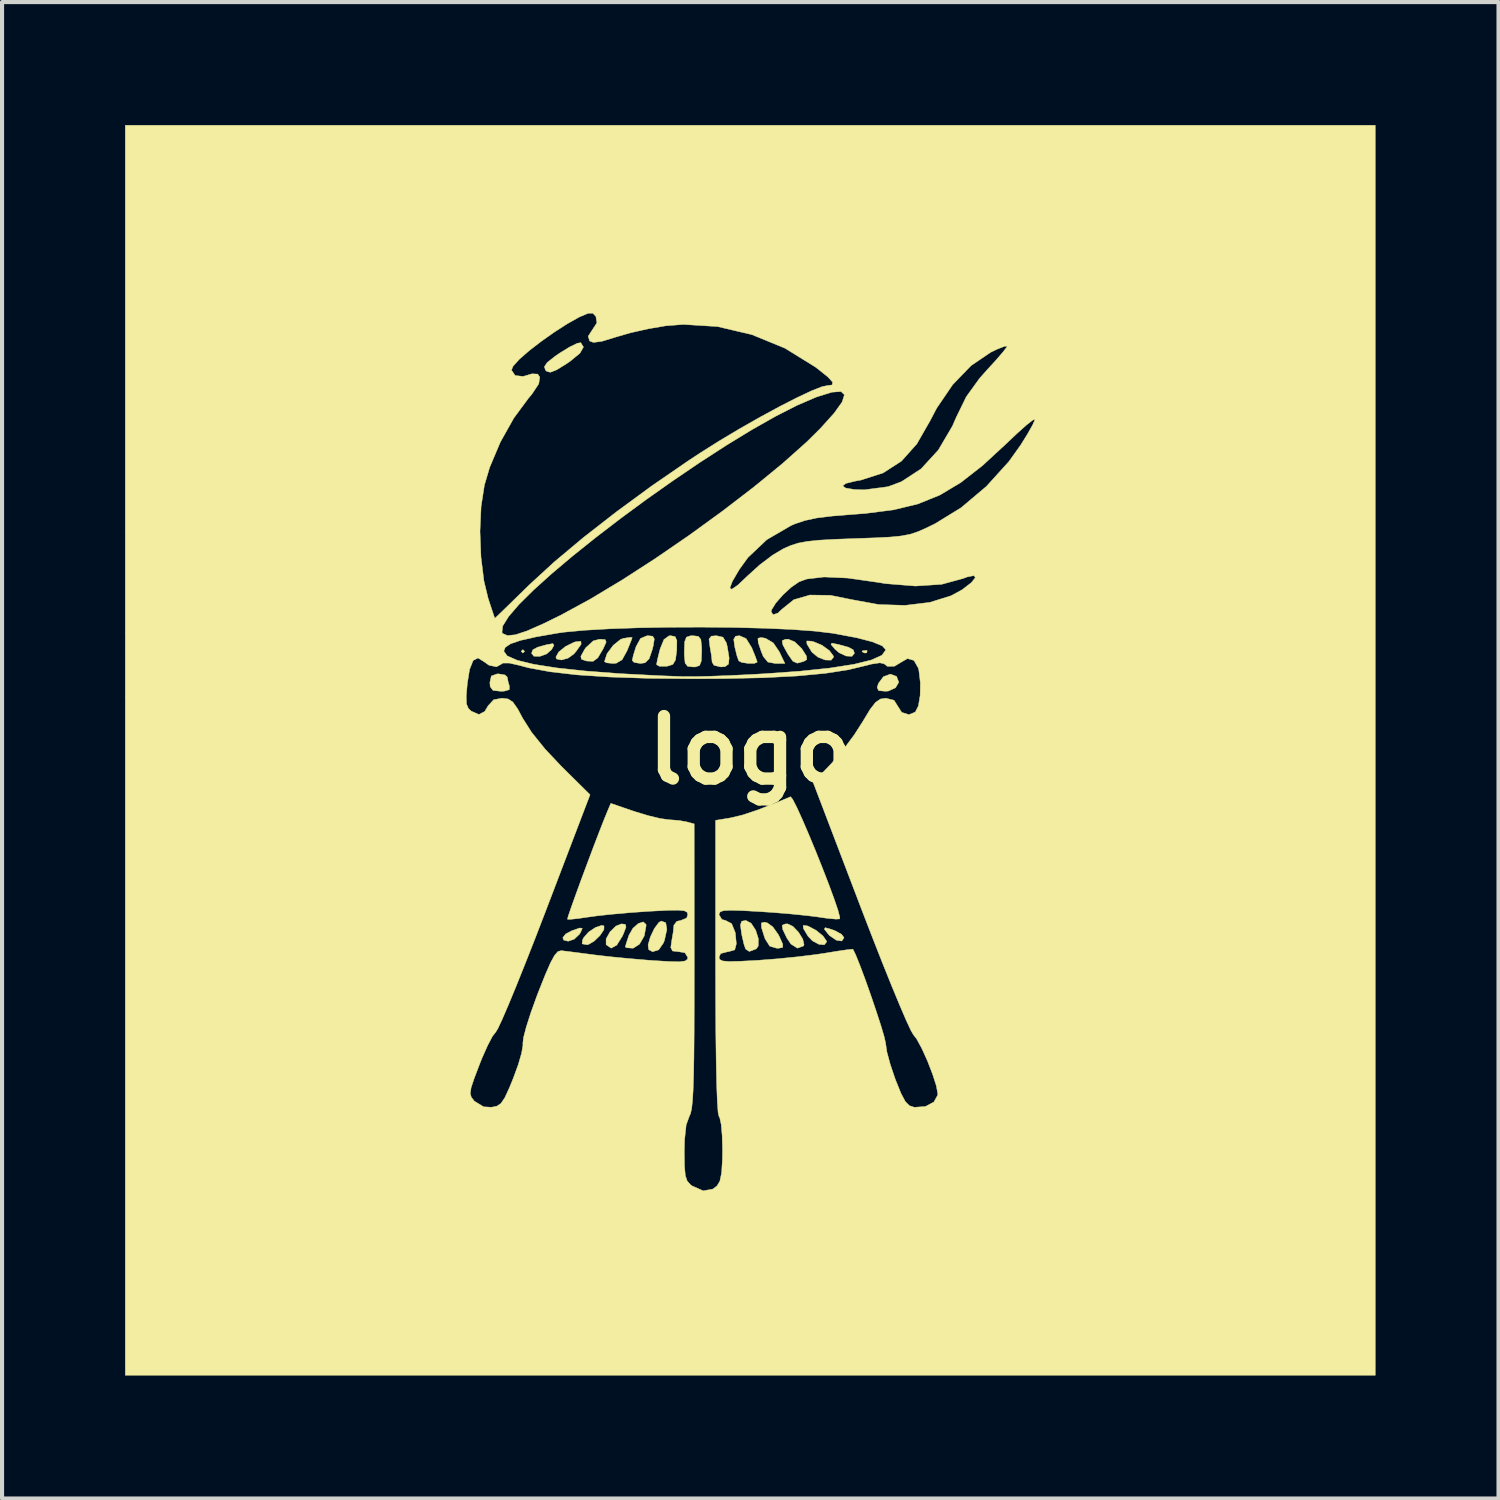
<source format=kicad_pcb>
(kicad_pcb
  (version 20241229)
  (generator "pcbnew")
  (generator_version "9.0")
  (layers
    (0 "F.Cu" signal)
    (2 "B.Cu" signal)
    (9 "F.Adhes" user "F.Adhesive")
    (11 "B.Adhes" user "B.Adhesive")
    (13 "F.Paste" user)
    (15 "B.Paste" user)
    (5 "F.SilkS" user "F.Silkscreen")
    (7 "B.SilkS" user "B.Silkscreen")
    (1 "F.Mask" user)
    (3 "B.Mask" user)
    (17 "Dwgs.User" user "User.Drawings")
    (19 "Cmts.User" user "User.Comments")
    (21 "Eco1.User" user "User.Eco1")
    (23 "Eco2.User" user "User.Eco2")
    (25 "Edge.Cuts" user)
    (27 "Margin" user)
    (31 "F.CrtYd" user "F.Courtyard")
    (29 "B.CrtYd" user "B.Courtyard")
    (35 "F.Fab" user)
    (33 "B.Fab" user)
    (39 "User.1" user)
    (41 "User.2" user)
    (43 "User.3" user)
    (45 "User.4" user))
  (footprint "logo"
    (layer "F.Cu")
    (at 15.245 15.245)
    (property "Reference" "logo" (at 0 0 0) (layer "F.SilkS") (effects (font (size 1.524 1.524) (thickness 0.3))))
    (attr through_hole)
    (fp_poly (pts (xy -5.503 -2.413) (xy -5.546 -2.371) (xy -5.588 -2.413) (xy -5.546 -2.455) (xy -5.503 -2.413)) (stroke (width 0.01) (type solid)) (fill yes) (layer "F.SilkS"))
    (fp_poly (pts (xy 2.85 -2.427) (xy 2.839 -2.377) (xy 2.794 -2.371) (xy 2.724 -2.402) (xy 2.738 -2.427) (xy 2.838 -2.437) (xy 2.85 -2.427)) (stroke (width 0.01) (type solid)) (fill yes) (layer "F.SilkS"))
    (fp_poly (pts (xy -4.788 -2.559) (xy -4.844 -2.457) (xy -4.967 -2.349) (xy -5.132 -2.29) (xy -5.276 -2.293) (xy -5.334 -2.366) (xy -5.304 -2.45) (xy -5.185 -2.514) (xy -4.972 -2.573) (xy -4.813 -2.602) (xy -4.788 -2.559)) (stroke (width 0.01) (type solid)) (fill yes) (layer "F.SilkS"))
    (fp_poly (pts (xy -4.096 4.341) (xy -4.138 4.439) (xy -4.168 4.487) (xy -4.293 4.605) (xy -4.441 4.656) (xy -4.55 4.628) (xy -4.572 4.57) (xy -4.502 4.479) (xy -4.355 4.401) (xy -4.16 4.333) (xy -4.096 4.341)) (stroke (width 0.01) (type solid)) (fill yes) (layer "F.SilkS"))
    (fp_poly (pts (xy 1.984 4.369) (xy 2.069 4.401) (xy 2.228 4.489) (xy 2.286 4.57) (xy 2.231 4.651) (xy 2.098 4.631) (xy 1.937 4.521) (xy 1.905 4.487) (xy 1.805 4.362) (xy 1.827 4.325) (xy 1.984 4.369)) (stroke (width 0.01) (type solid)) (fill yes) (layer "F.SilkS"))
    (fp_poly (pts (xy 3.568 -1.8) (xy 3.62 -1.659) (xy 3.543 -1.526) (xy 3.371 -1.446) (xy 3.296 -1.439) (xy 3.129 -1.455) (xy 3.094 -1.53) (xy 3.124 -1.63) (xy 3.246 -1.795) (xy 3.418 -1.858) (xy 3.568 -1.8)) (stroke (width 0.01) (type solid)) (fill yes) (layer "F.SilkS"))
    (fp_poly (pts (xy 0.369 -2.732) (xy 0.561 -2.618) (xy 0.706 -2.405) (xy 0.844 -2.117) (xy 0.608 -2.117) (xy 0.43 -2.151) (xy 0.318 -2.285) (xy 0.271 -2.398) (xy 0.194 -2.625) (xy 0.186 -2.73) (xy 0.259 -2.75) (xy 0.369 -2.732)) (stroke (width 0.01) (type solid)) (fill yes) (layer "F.SilkS"))
    (fp_poly (pts (xy -4.125 -2.586) (xy -4.242 -2.42) (xy -4.302 -2.349) (xy -4.443 -2.247) (xy -4.603 -2.202) (xy -4.72 -2.225) (xy -4.741 -2.273) (xy -4.672 -2.397) (xy -4.504 -2.533) (xy -4.299 -2.634) (xy -4.254 -2.647) (xy -4.13 -2.657) (xy -4.125 -2.586)) (stroke (width 0.01) (type solid)) (fill yes) (layer "F.SilkS"))
    (fp_poly (pts (xy -3.566 4.283) (xy -3.57 4.376) (xy -3.665 4.516) (xy -3.806 4.653) (xy -3.946 4.735) (xy -3.984 4.741) (xy -4.101 4.72) (xy -4.09 4.624) (xy -4.061 4.567) (xy -3.943 4.432) (xy -3.776 4.321) (xy -3.623 4.269) (xy -3.566 4.283)) (stroke (width 0.01) (type solid)) (fill yes) (layer "F.SilkS"))
    (fp_poly (pts (xy -3.045 4.245) (xy -3.03 4.311) (xy -3.093 4.474) (xy -3.118 4.53) (xy -3.256 4.751) (xy -3.393 4.825) (xy -3.513 4.742) (xy -3.516 4.738) (xy -3.516 4.599) (xy -3.421 4.428) (xy -3.277 4.286) (xy -3.141 4.233) (xy -3.045 4.245)) (stroke (width 0.01) (type solid)) (fill yes) (layer "F.SilkS"))
    (fp_poly (pts (xy -2.061 4.204) (xy -2.034 4.368) (xy -2.092 4.63) (xy -2.115 4.693) (xy -2.233 4.865) (xy -2.382 4.912) (xy -2.477 4.861) (xy -2.492 4.744) (xy -2.437 4.552) (xy -2.341 4.349) (xy -2.232 4.2) (xy -2.172 4.164) (xy -2.061 4.204)) (stroke (width 0.01) (type solid)) (fill yes) (layer "F.SilkS"))
    (fp_poly (pts (xy 1.04 4.294) (xy 1.176 4.436) (xy 1.28 4.604) (xy 1.311 4.74) (xy 1.296 4.772) (xy 1.148 4.825) (xy 0.991 4.725) (xy 0.891 4.576) (xy 0.791 4.367) (xy 0.777 4.267) (xy 0.851 4.235) (xy 0.913 4.233) (xy 1.04 4.294)) (stroke (width 0.01) (type solid)) (fill yes) (layer "F.SilkS"))
    (fp_poly (pts (xy 1.389 4.281) (xy 1.418 4.291) (xy 1.606 4.391) (xy 1.773 4.528) (xy 1.86 4.653) (xy 1.863 4.67) (xy 1.805 4.743) (xy 1.67 4.73) (xy 1.514 4.645) (xy 1.407 4.533) (xy 1.295 4.345) (xy 1.289 4.269) (xy 1.389 4.281)) (stroke (width 0.01) (type solid)) (fill yes) (layer "F.SilkS"))
    (fp_poly (pts (xy 2.157 -2.578) (xy 2.161 -2.577) (xy 2.399 -2.511) (xy 2.512 -2.448) (xy 2.54 -2.366) (xy 2.54 -2.366) (xy 2.479 -2.291) (xy 2.335 -2.299) (xy 2.165 -2.379) (xy 2.069 -2.462) (xy 1.967 -2.582) (xy 1.99 -2.613) (xy 2.157 -2.578)) (stroke (width 0.01) (type solid)) (fill yes) (layer "F.SilkS"))
    (fp_poly (pts (xy -5.979 -1.836) (xy -5.927 -1.785) (xy -5.899 -1.643) (xy -5.875 -1.573) (xy -5.876 -1.478) (xy -5.999 -1.442) (xy -6.087 -1.439) (xy -6.273 -1.46) (xy -6.342 -1.551) (xy -6.35 -1.651) (xy -6.315 -1.812) (xy -6.177 -1.862) (xy -6.138 -1.863) (xy -5.979 -1.836)) (stroke (width 0.01) (type solid)) (fill yes) (layer "F.SilkS"))
    (fp_poly (pts (xy 0.022 4.219) (xy 0.132 4.388) (xy 0.197 4.593) (xy 0.195 4.771) (xy 0.146 4.842) (xy -0.024 4.906) (xy -0.114 4.847) (xy -0.155 4.727) (xy -0.204 4.515) (xy -0.213 4.466) (xy -0.241 4.258) (xy -0.209 4.168) (xy -0.108 4.149) (xy 0.022 4.219)) (stroke (width 0.01) (type solid)) (fill yes) (layer "F.SilkS"))
    (fp_poly (pts (xy 1.486 -2.661) (xy 1.545 -2.647) (xy 1.75 -2.561) (xy 1.931 -2.429) (xy 2.028 -2.297) (xy 2.032 -2.273) (xy 1.971 -2.198) (xy 1.825 -2.202) (xy 1.652 -2.27) (xy 1.509 -2.386) (xy 1.491 -2.41) (xy 1.381 -2.592) (xy 1.377 -2.666) (xy 1.486 -2.661)) (stroke (width 0.01) (type solid)) (fill yes) (layer "F.SilkS"))
    (fp_poly (pts (xy -3.537 -2.699) (xy -3.514 -2.638) (xy -3.586 -2.478) (xy -3.596 -2.461) (xy -3.719 -2.253) (xy -3.832 -2.17) (xy -3.984 -2.176) (xy -4 -2.18) (xy -4.117 -2.219) (xy -4.132 -2.292) (xy -4.048 -2.445) (xy -4.012 -2.501) (xy -3.827 -2.669) (xy -3.671 -2.709) (xy -3.537 -2.699)) (stroke (width 0.01) (type solid)) (fill yes) (layer "F.SilkS"))
    (fp_poly (pts (xy -2.879 -2.75) (xy -2.908 -2.667) (xy -2.981 -2.486) (xy -3.007 -2.423) (xy -3.125 -2.209) (xy -3.267 -2.124) (xy -3.345 -2.117) (xy -3.504 -2.133) (xy -3.556 -2.163) (xy -3.493 -2.356) (xy -3.342 -2.56) (xy -3.163 -2.704) (xy -3.094 -2.729) (xy -2.934 -2.753) (xy -2.879 -2.75)) (stroke (width 0.01) (type solid)) (fill yes) (layer "F.SilkS"))
    (fp_poly (pts (xy -2.543 4.244) (xy -2.54 4.278) (xy -2.586 4.527) (xy -2.702 4.728) (xy -2.852 4.824) (xy -2.877 4.826) (xy -3.016 4.814) (xy -3.048 4.796) (xy -3.023 4.704) (xy -2.963 4.522) (xy -2.958 4.508) (xy -2.862 4.34) (xy -2.731 4.224) (xy -2.611 4.184) (xy -2.543 4.244)) (stroke (width 0.01) (type solid)) (fill yes) (layer "F.SilkS"))
    (fp_poly (pts (xy -0.666 -2.758) (xy -0.582 -2.618) (xy -0.561 -2.529) (xy -0.516 -2.252) (xy -0.53 -2.102) (xy -0.614 -2.041) (xy -0.72 -2.032) (xy -0.884 -2.072) (xy -0.931 -2.148) (xy -0.947 -2.311) (xy -0.984 -2.529) (xy -1.006 -2.712) (xy -0.951 -2.783) (xy -0.826 -2.794) (xy -0.666 -2.758)) (stroke (width 0.01) (type solid)) (fill yes) (layer "F.SilkS"))
    (fp_poly (pts (xy 0.411 4.206) (xy 0.549 4.305) (xy 0.685 4.496) (xy 0.706 4.536) (xy 0.79 4.725) (xy 0.791 4.806) (xy 0.698 4.826) (xy 0.642 4.826) (xy 0.474 4.776) (xy 0.362 4.6) (xy 0.347 4.559) (xy 0.273 4.323) (xy 0.269 4.211) (xy 0.343 4.191) (xy 0.411 4.206)) (stroke (width 0.01) (type solid)) (fill yes) (layer "F.SilkS"))
    (fp_poly (pts (xy 1.082 -2.645) (xy 1.247 -2.487) (xy 1.264 -2.464) (xy 1.371 -2.296) (xy 1.377 -2.211) (xy 1.305 -2.168) (xy 1.146 -2.124) (xy 1.039 -2.171) (xy 0.923 -2.336) (xy 0.907 -2.363) (xy 0.794 -2.57) (xy 0.777 -2.673) (xy 0.859 -2.707) (xy 0.926 -2.709) (xy 1.082 -2.645)) (stroke (width 0.01) (type solid)) (fill yes) (layer "F.SilkS"))
    (fp_poly (pts (xy -4.068 -9.832) (xy -4.155 -9.681) (xy -4.398 -9.482) (xy -4.485 -9.423) (xy -4.727 -9.274) (xy -4.875 -9.217) (xy -4.965 -9.241) (xy -4.994 -9.269) (xy -5.021 -9.353) (xy -4.951 -9.457) (xy -4.762 -9.606) (xy -4.648 -9.685) (xy -4.407 -9.833) (xy -4.22 -9.924) (xy -4.134 -9.939) (xy -4.068 -9.832)) (stroke (width 0.01) (type solid)) (fill yes) (layer "F.SilkS"))
    (fp_poly (pts (xy -2.379 -2.782) (xy -2.34 -2.715) (xy -2.367 -2.547) (xy -2.39 -2.455) (xy -2.466 -2.232) (xy -2.565 -2.134) (xy -2.677 -2.117) (xy -2.831 -2.142) (xy -2.879 -2.189) (xy -2.853 -2.312) (xy -2.79 -2.514) (xy -2.786 -2.527) (xy -2.676 -2.728) (xy -2.516 -2.794) (xy -2.498 -2.794) (xy -2.379 -2.782)) (stroke (width 0.01) (type solid)) (fill yes) (layer "F.SilkS"))
    (fp_poly (pts (xy -1.832 -2.772) (xy -1.79 -2.675) (xy -1.793 -2.46) (xy -1.794 -2.434) (xy -1.823 -2.204) (xy -1.888 -2.094) (xy -2.023 -2.051) (xy -2.053 -2.048) (xy -2.221 -2.05) (xy -2.286 -2.09) (xy -2.264 -2.21) (xy -2.212 -2.421) (xy -2.197 -2.477) (xy -2.105 -2.702) (xy -1.983 -2.79) (xy -1.938 -2.794) (xy -1.832 -2.772)) (stroke (width 0.01) (type solid)) (fill yes) (layer "F.SilkS"))
    (fp_poly (pts (xy -1.266 -2.778) (xy -1.205 -2.701) (xy -1.186 -2.516) (xy -1.185 -2.413) (xy -1.194 -2.178) (xy -1.237 -2.067) (xy -1.34 -2.033) (xy -1.397 -2.032) (xy -1.528 -2.048) (xy -1.589 -2.125) (xy -1.608 -2.31) (xy -1.609 -2.413) (xy -1.6 -2.648) (xy -1.557 -2.759) (xy -1.454 -2.793) (xy -1.397 -2.794) (xy -1.266 -2.778)) (stroke (width 0.01) (type solid)) (fill yes) (layer "F.SilkS"))
    (fp_poly (pts (xy -0.101 -2.723) (xy 0.036 -2.5) (xy 0.041 -2.487) (xy 0.123 -2.285) (xy 0.167 -2.161) (xy 0.169 -2.149) (xy 0.1 -2.119) (xy -0.053 -2.119) (xy -0.208 -2.143) (xy -0.281 -2.18) (xy -0.324 -2.301) (xy -0.375 -2.506) (xy -0.378 -2.519) (xy -0.404 -2.707) (xy -0.359 -2.782) (xy -0.262 -2.794) (xy -0.101 -2.723)) (stroke (width 0.01) (type solid)) (fill yes) (layer "F.SilkS"))
    (fp_poly (pts (xy 15.24 15.24) (xy -15.24 15.24) (xy -15.24 -1.319) (xy -6.926 -1.319) (xy -6.92 -1.13) (xy -6.873 -1.019) (xy -6.806 -0.956) (xy -6.618 -0.873) (xy -6.475 -0.947) (xy -6.393 -1.085) (xy -6.257 -1.233) (xy -6.055 -1.27) (xy -5.905 -1.252) (xy -5.789 -1.176) (xy -5.67 -1.006) (xy -5.551 -0.783) (xy -5.331 -0.436) (xy -5.003 -0.029) (xy -4.605 0.393) (xy -3.907 1.083) (xy -4.999 3.945) (xy -5.253 4.604) (xy -5.493 5.213) (xy -5.71 5.754) (xy -5.898 6.209) (xy -6.049 6.559) (xy -6.155 6.786) (xy -6.207 6.871) (xy -6.288 6.975) (xy -6.405 7.199) (xy -6.54 7.502) (xy -6.603 7.66) (xy -6.733 8.002) (xy -6.807 8.224) (xy -6.828 8.364) (xy -6.803 8.459) (xy -6.736 8.545) (xy -6.727 8.556) (xy -6.502 8.693) (xy -6.312 8.704) (xy -6.181 8.678) (xy -6.08 8.611) (xy -5.985 8.47) (xy -5.871 8.222) (xy -5.781 8.001) (xy -5.66 7.671) (xy -5.576 7.383) (xy -5.543 7.185) (xy -5.546 7.148) (xy -5.53 7.006) (xy -5.461 6.742) (xy -5.349 6.393) (xy -5.205 5.994) (xy -5.177 5.92) (xy -5.003 5.483) (xy -4.873 5.184) (xy -4.772 4.999) (xy -4.69 4.907) (xy -4.612 4.886) (xy -4.607 4.886) (xy -4.446 4.905) (xy -4.174 4.94) (xy -3.845 4.983) (xy -3.81 4.988) (xy -3.423 5.033) (xy -2.951 5.079) (xy -2.48 5.119) (xy -2.349 5.128) (xy -1.968 5.151) (xy -1.724 5.156) (xy -1.59 5.138) (xy -1.533 5.096) (xy -1.524 5.048) (xy -1.596 4.936) (xy -1.746 4.911) (xy -1.896 4.894) (xy -1.939 4.81) (xy -1.916 4.646) (xy -1.878 4.422) (xy -1.863 4.265) (xy -1.792 4.171) (xy -1.693 4.149) (xy -1.552 4.091) (xy -1.524 4.009) (xy -1.54 3.95) (xy -1.607 3.914) (xy -1.753 3.899) (xy -2.005 3.902) (xy -2.393 3.922) (xy -2.488 3.927) (xy -2.936 3.959) (xy -3.378 3.998) (xy -3.754 4.039) (xy -3.943 4.065) (xy -4.21 4.104) (xy -4.398 4.123) (xy -4.459 4.12) (xy -4.438 4.039) (xy -4.367 3.832) (xy -4.259 3.529) (xy -4.125 3.161) (xy -3.976 2.761) (xy -3.825 2.359) (xy -3.682 1.986) (xy -3.56 1.675) (xy -3.477 1.473) (xy -3.401 1.294) (xy -2.823 1.492) (xy -2.494 1.592) (xy -2.194 1.664) (xy -1.99 1.692) (xy -1.736 1.712) (xy -1.552 1.745) (xy -1.368 1.794) (xy -1.366 5.271) (xy -1.367 6.154) (xy -1.369 6.883) (xy -1.374 7.473) (xy -1.382 7.938) (xy -1.394 8.294) (xy -1.41 8.555) (xy -1.43 8.737) (xy -1.456 8.855) (xy -1.486 8.923) (xy -1.563 9.133) (xy -1.602 9.499) (xy -1.609 9.793) (xy -1.604 10.144) (xy -1.584 10.367) (xy -1.539 10.502) (xy -1.459 10.592) (xy -1.42 10.621) (xy -1.148 10.742) (xy -0.911 10.698) (xy -0.81 10.62) (xy -0.741 10.503) (xy -0.699 10.3) (xy -0.68 9.979) (xy -0.677 9.736) (xy -0.686 9.395) (xy -0.71 9.122) (xy -0.745 8.959) (xy -0.762 8.932) (xy -0.785 8.834) (xy -0.804 8.571) (xy -0.82 8.15) (xy -0.832 7.577) (xy -0.841 6.856) (xy -0.846 5.993) (xy -0.847 5.294) (xy -0.847 1.708) (xy -0.487 1.649) (xy -0.194 1.58) (xy 0.189 1.452) (xy 0.687 1.256) (xy 0.982 1.132) (xy 1.034 1.196) (xy 1.133 1.389) (xy 1.267 1.683) (xy 1.424 2.047) (xy 1.592 2.452) (xy 1.759 2.87) (xy 1.914 3.27) (xy 2.044 3.623) (xy 2.138 3.9) (xy 2.183 4.071) (xy 2.183 4.111) (xy 2.087 4.117) (xy 1.877 4.097) (xy 1.684 4.069) (xy 1.405 4.033) (xy 1.014 3.993) (xy 0.569 3.956) (xy 0.228 3.933) (xy -0.196 3.909) (xy -0.48 3.901) (xy -0.65 3.91) (xy -0.734 3.94) (xy -0.761 3.992) (xy -0.762 4.01) (xy -0.692 4.126) (xy -0.603 4.149) (xy -0.455 4.227) (xy -0.365 4.448) (xy -0.34 4.72) (xy -0.379 4.867) (xy -0.53 4.91) (xy -0.55 4.911) (xy -0.723 4.957) (xy -0.762 5.045) (xy -0.744 5.102) (xy -0.671 5.137) (xy -0.515 5.15) (xy -0.248 5.144) (xy 0.157 5.123) (xy 0.191 5.121) (xy 0.666 5.084) (xy 1.164 5.034) (xy 1.611 4.979) (xy 1.817 4.948) (xy 2.131 4.897) (xy 2.37 4.862) (xy 2.494 4.85) (xy 2.503 4.851) (xy 2.571 4.989) (xy 2.675 5.248) (xy 2.802 5.587) (xy 2.937 5.968) (xy 3.068 6.354) (xy 3.182 6.704) (xy 3.264 6.98) (xy 3.301 7.144) (xy 3.302 7.159) (xy 3.332 7.359) (xy 3.412 7.656) (xy 3.525 7.991) (xy 3.545 8.045) (xy 3.676 8.369) (xy 3.78 8.565) (xy 3.879 8.665) (xy 3.997 8.704) (xy 4.006 8.705) (xy 4.273 8.685) (xy 4.477 8.575) (xy 4.571 8.405) (xy 4.572 8.38) (xy 4.537 8.183) (xy 4.445 7.897) (xy 4.32 7.574) (xy 4.182 7.269) (xy 4.054 7.034) (xy 3.978 6.937) (xy 3.916 6.83) (xy 3.801 6.583) (xy 3.642 6.213) (xy 3.446 5.74) (xy 3.221 5.181) (xy 2.975 4.555) (xy 2.714 3.88) (xy 2.682 3.795) (xy 1.534 0.786) (xy 1.973 0.328) (xy 2.251 0.005) (xy 2.537 -0.38) (xy 2.742 -0.7) (xy 2.92 -0.995) (xy 3.054 -1.168) (xy 3.173 -1.25) (xy 3.303 -1.27) (xy 3.505 -1.22) (xy 3.58 -1.101) (xy 3.692 -0.925) (xy 3.868 -0.869) (xy 4.023 -0.932) (xy 4.099 -1.082) (xy 4.142 -1.339) (xy 4.147 -1.645) (xy 4.112 -1.942) (xy 4.097 -2.005) (xy 3.991 -2.191) (xy 3.833 -2.237) (xy 3.691 -2.155) (xy 3.515 -2.049) (xy 3.343 -2.047) (xy 3.265 -2.108) (xy 3.161 -2.133) (xy 2.95 -2.101) (xy 2.845 -2.073) (xy 2.389 -1.963) (xy 1.825 -1.876) (xy 1.141 -1.812) (xy 0.323 -1.769) (xy -0.641 -1.748) (xy -1.397 -1.744) (xy -2.494 -1.755) (xy -3.434 -1.787) (xy -4.225 -1.839) (xy -4.879 -1.914) (xy -5.404 -2.011) (xy -5.639 -2.073) (xy -5.879 -2.127) (xy -6.033 -2.126) (xy -6.059 -2.108) (xy -6.188 -2.036) (xy -6.37 -2.073) (xy -6.485 -2.155) (xy -6.639 -2.251) (xy -6.758 -2.19) (xy -6.845 -1.971) (xy -6.9 -1.629) (xy -6.926 -1.319) (xy -15.24 -1.319) (xy -15.24 -2.418) (xy -6.011 -2.418) (xy -5.928 -2.302) (xy -5.681 -2.194) (xy -5.276 -2.096) (xy -4.72 -2.009) (xy -4.017 -1.933) (xy -3.174 -1.869) (xy -2.196 -1.818) (xy -1.609 -1.796) (xy -1.366 -1.796) (xy -0.994 -1.805) (xy -0.533 -1.822) (xy -0.024 -1.846) (xy 0.316 -1.865) (xy 1.208 -1.928) (xy 1.946 -2.006) (xy 2.528 -2.097) (xy 2.95 -2.201) (xy 3.209 -2.317) (xy 3.302 -2.445) (xy 3.302 -2.452) (xy 3.219 -2.546) (xy 2.977 -2.645) (xy 2.585 -2.746) (xy 2.054 -2.846) (xy 1.998 -2.855) (xy 1.569 -2.906) (xy 1.005 -2.947) (xy 0.336 -2.976) (xy -0.403 -2.995) (xy -1.181 -3.003) (xy -1.967 -3) (xy -2.726 -2.987) (xy -3.429 -2.962) (xy -4.041 -2.927) (xy -4.53 -2.881) (xy -4.701 -2.857) (xy -5.226 -2.765) (xy -5.601 -2.68) (xy -5.845 -2.597) (xy -5.975 -2.51) (xy -6.011 -2.418) (xy -15.24 -2.418) (xy -15.24 -2.874) (xy -6.055 -2.874) (xy -6.036 -2.847) (xy -5.921 -2.798) (xy -5.728 -2.817) (xy -5.441 -2.912) (xy -5.043 -3.088) (xy -4.613 -3.299) (xy -4.464 -3.38) (xy 0.508 -3.38) (xy 0.557 -3.306) (xy 0.673 -3.346) (xy 0.767 -3.435) (xy 1.061 -3.672) (xy 1.454 -3.786) (xy 1.952 -3.779) (xy 2.485 -3.672) (xy 3.131 -3.554) (xy 3.775 -3.534) (xy 4.378 -3.607) (xy 4.9 -3.77) (xy 5.167 -3.916) (xy 5.391 -4.089) (xy 5.487 -4.209) (xy 5.454 -4.26) (xy 5.29 -4.227) (xy 5.194 -4.191) (xy 4.668 -4.047) (xy 4.028 -4.005) (xy 3.299 -4.064) (xy 3.09 -4.098) (xy 2.372 -4.2) (xy 1.8 -4.226) (xy 1.375 -4.176) (xy 1.191 -4.109) (xy 1 -3.977) (xy 0.794 -3.788) (xy 0.619 -3.587) (xy 0.518 -3.424) (xy 0.508 -3.38) (xy -4.464 -3.38) (xy -3.907 -3.683) (xy -3.451 -3.957) (xy -0.498 -3.957) (xy -0.452 -3.926) (xy -0.302 -4.029) (xy -0.064 -4.255) (xy 0.226 -4.518) (xy 0.545 -4.759) (xy 0.804 -4.914) (xy 0.986 -4.994) (xy 1.171 -5.053) (xy 1.393 -5.094) (xy 1.687 -5.124) (xy 2.085 -5.146) (xy 2.545 -5.163) (xy 3.045 -5.181) (xy 3.412 -5.2) (xy 3.685 -5.227) (xy 3.899 -5.268) (xy 4.091 -5.332) (xy 4.299 -5.424) (xy 4.507 -5.526) (xy 5.142 -5.916) (xy 5.756 -6.434) (xy 6.305 -7.04) (xy 6.593 -7.443) (xy 6.761 -7.714) (xy 6.885 -7.934) (xy 6.941 -8.062) (xy 6.943 -8.071) (xy 6.887 -8.051) (xy 6.734 -7.931) (xy 6.509 -7.73) (xy 6.244 -7.479) (xy 5.661 -6.941) (xy 5.132 -6.528) (xy 4.619 -6.222) (xy 4.086 -6.006) (xy 3.493 -5.863) (xy 2.805 -5.775) (xy 2.514 -5.753) (xy 2.004 -5.712) (xy 1.622 -5.665) (xy 1.327 -5.602) (xy 1.08 -5.518) (xy 0.99 -5.478) (xy 0.403 -5.136) (xy -0.057 -4.701) (xy -0.268 -4.409) (xy -0.438 -4.118) (xy -0.498 -3.957) (xy -3.451 -3.957) (xy -3.131 -4.149) (xy -2.314 -4.677) (xy -1.485 -5.246) (xy -0.673 -5.836) (xy 0.094 -6.425) (xy 0.121 -6.447) (xy 2.253 -6.447) (xy 2.326 -6.394) (xy 2.537 -6.359) (xy 2.778 -6.351) (xy 3.359 -6.428) (xy 3.686 -6.55) (xy 4.165 -6.863) (xy 4.585 -7.321) (xy 4.929 -7.906) (xy 5.026 -8.128) (xy 5.267 -8.621) (xy 5.591 -9.07) (xy 5.767 -9.268) (xy 5.992 -9.514) (xy 6.164 -9.714) (xy 6.257 -9.835) (xy 6.265 -9.855) (xy 6.198 -9.85) (xy 6.024 -9.782) (xy 5.861 -9.704) (xy 5.383 -9.379) (xy 4.935 -8.915) (xy 4.546 -8.344) (xy 4.387 -8.04) (xy 4.061 -7.471) (xy 3.686 -7.051) (xy 3.239 -6.763) (xy 2.698 -6.589) (xy 2.561 -6.564) (xy 2.328 -6.507) (xy 2.253 -6.447) (xy 0.121 -6.447) (xy 0.788 -6.994) (xy 1.379 -7.521) (xy 1.714 -7.853) (xy 2.046 -8.222) (xy 2.24 -8.494) (xy 2.295 -8.669) (xy 2.213 -8.748) (xy 1.992 -8.732) (xy 1.633 -8.621) (xy 1.593 -8.606) (xy 1.14 -8.411) (xy 0.618 -8.145) (xy 0.042 -7.819) (xy -0.574 -7.443) (xy -1.216 -7.028) (xy -1.871 -6.584) (xy -2.525 -6.123) (xy -3.163 -5.653) (xy -3.772 -5.186) (xy -4.338 -4.733) (xy -4.847 -4.303) (xy -5.286 -3.907) (xy -5.64 -3.556) (xy -5.895 -3.259) (xy -6.038 -3.029) (xy -6.055 -2.874) (xy -15.24 -2.874) (xy -15.24 -5.338) (xy -6.591 -5.338) (xy -6.567 -4.712) (xy -6.495 -4.129) (xy -6.392 -3.704) (xy -6.308 -3.448) (xy -6.249 -3.272) (xy -6.229 -3.218) (xy -6.17 -3.273) (xy -6.011 -3.426) (xy -5.776 -3.655) (xy -5.485 -3.939) (xy -5.376 -4.045) (xy -4.783 -4.59) (xy -4.069 -5.188) (xy -3.265 -5.814) (xy -2.402 -6.447) (xy -1.509 -7.061) (xy -1.228 -7.246) (xy -0.761 -7.541) (xy -0.265 -7.837) (xy 0.234 -8.121) (xy 0.711 -8.38) (xy 1.14 -8.599) (xy 1.495 -8.766) (xy 1.751 -8.867) (xy 1.862 -8.89) (xy 1.995 -8.909) (xy 2.008 -8.976) (xy 1.893 -9.103) (xy 1.643 -9.303) (xy 1.586 -9.346) (xy 0.846 -9.804) (xy 0.039 -10.135) (xy -0.799 -10.332) (xy -1.634 -10.384) (xy -2.063 -10.35) (xy -2.48 -10.279) (xy -2.917 -10.181) (xy -3.281 -10.076) (xy -3.291 -10.072) (xy -3.62 -9.972) (xy -3.823 -9.945) (xy -3.917 -9.979) (xy -3.953 -10.095) (xy -3.867 -10.228) (xy -3.74 -10.423) (xy -3.765 -10.579) (xy -3.84 -10.658) (xy -3.957 -10.655) (xy -4.173 -10.563) (xy -4.455 -10.404) (xy -4.772 -10.201) (xy -5.095 -9.973) (xy -5.392 -9.744) (xy -5.633 -9.534) (xy -5.785 -9.365) (xy -5.823 -9.271) (xy -5.735 -9.139) (xy -5.54 -9.116) (xy -5.324 -9.18) (xy -5.183 -9.173) (xy -5.133 -9.099) (xy -5.158 -8.936) (xy -5.323 -8.687) (xy -5.408 -8.586) (xy -5.766 -8.101) (xy -6.094 -7.516) (xy -6.354 -6.901) (xy -6.483 -6.467) (xy -6.564 -5.944) (xy -6.591 -5.338) (xy -15.24 -5.338) (xy -15.24 -15.24) (xy 15.24 -15.24) (xy 15.24 15.24)) (stroke (width 0.01) (type solid)) (fill yes) (layer "F.SilkS")))
  (gr_rect
    (start -3 -3)
    (end 33.49 33.49)
    (stroke (width 0.1) (type default))
    (fill no)
    (layer "Edge.Cuts")))
</source>
